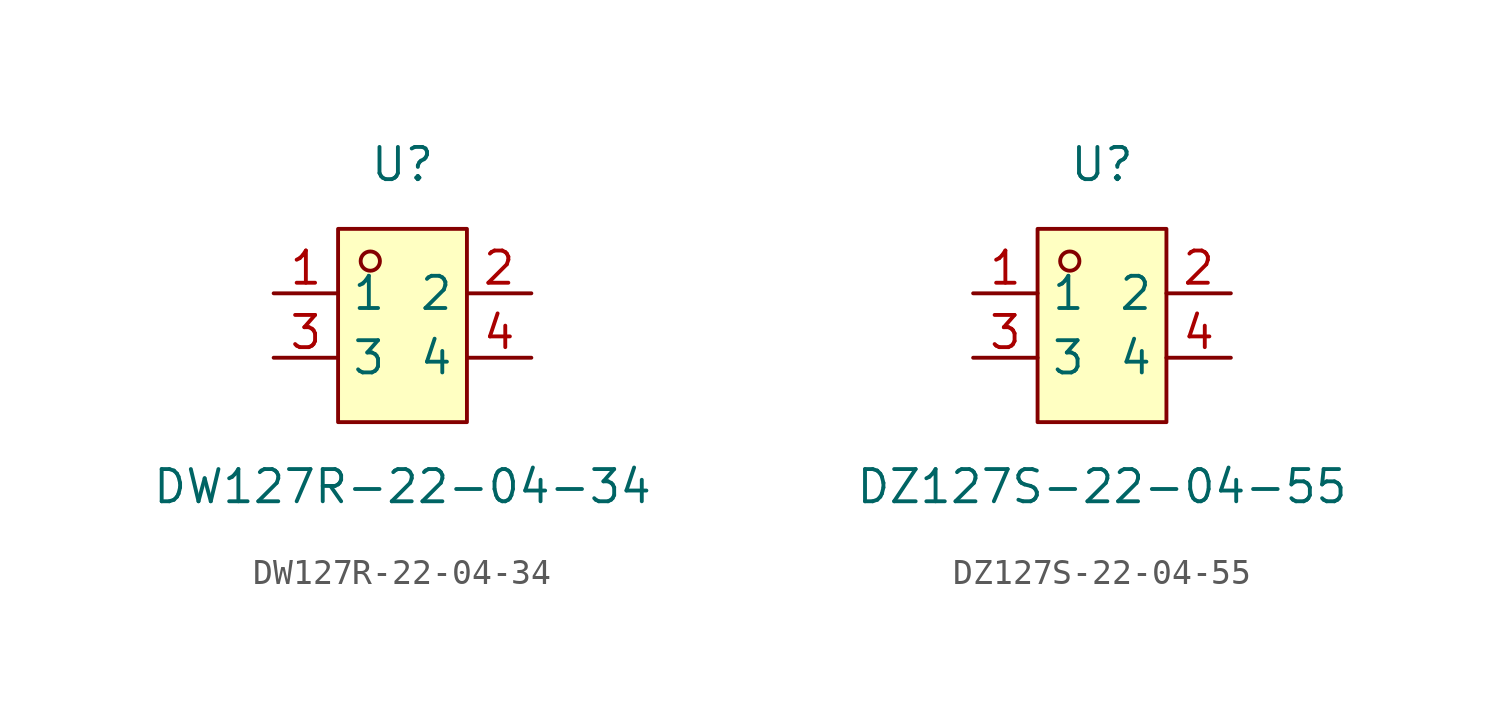
<source format=kicad_sym>
(kicad_symbol_lib
  (version 20231120)
  (generator "kicad_symbol_editor")
  (generator_version "8.0")
  (symbol "DW127R-22-04-34"
    (property "Reference" "U"
      (at 0 6.35 0)
      (effects (font (size 1.27 1.27))))
    (property "Value" "DW127R-22-04-34"
      (at 0 -6.35 0)
      (effects (font (size 1.27 1.27))))
    (symbol "DW127R-22-04-34_0_1"
      (rectangle (start -2.54 3.81) (end 2.54 -3.81) (stroke (width 0) (type default) (color 0 0 0 0)) (fill (type background)))
      (circle (center -1.27 2.54) (radius 0.38) (stroke (width 0) (type default) (color 0 0 0 0)) (fill (type none)))
      (pin unspecified line (at -5.08 1.27 0) (length 2.54) (name "1" (effects (font (size 1.27 1.27)))) (number "1" (effects (font (size 1.27 1.27)))))
      (pin unspecified line (at 5.08 -1.27 180) (length 2.54) (name "4" (effects (font (size 1.27 1.27)))) (number "4" (effects (font (size 1.27 1.27)))))
      (pin unspecified line (at -5.08 -1.27 0) (length 2.54) (name "3" (effects (font (size 1.27 1.27)))) (number "3" (effects (font (size 1.27 1.27)))))
      (pin unspecified line (at 5.08 1.27 180) (length 2.54) (name "2" (effects (font (size 1.27 1.27)))) (number "2" (effects (font (size 1.27 1.27)))))))
  (symbol "DZ127S-22-04-55"
    (property "Reference" "U"
      (at 0 6.35 0)
      (effects (font (size 1.27 1.27))))
    (property "Value" "DZ127S-22-04-55"
      (at 0 -6.35 0)
      (effects (font (size 1.27 1.27))))
    (symbol "DZ127S-22-04-55_0_1"
      (rectangle (start -2.54 3.81) (end 2.54 -3.81) (stroke (width 0) (type default)) (fill (type background)))
      (circle (center -1.27 2.54) (radius 0.38) (stroke (width 0) (type default)) (fill (type none)))
      (pin unspecified line (at -5.08 1.27 0) (length 2.54) (name "1" (effects (font (size 1.27 1.27)))) (number "1" (effects (font (size 1.27 1.27)))))
      (pin unspecified line (at 5.08 1.27 180) (length 2.54) (name "2" (effects (font (size 1.27 1.27)))) (number "2" (effects (font (size 1.27 1.27)))))
      (pin unspecified line (at -5.08 -1.27 0) (length 2.54) (name "3" (effects (font (size 1.27 1.27)))) (number "3" (effects (font (size 1.27 1.27)))))
      (pin unspecified line (at 5.08 -1.27 180) (length 2.54) (name "4" (effects (font (size 1.27 1.27)))) (number "4" (effects (font (size 1.27 1.27))))))))
</source>
